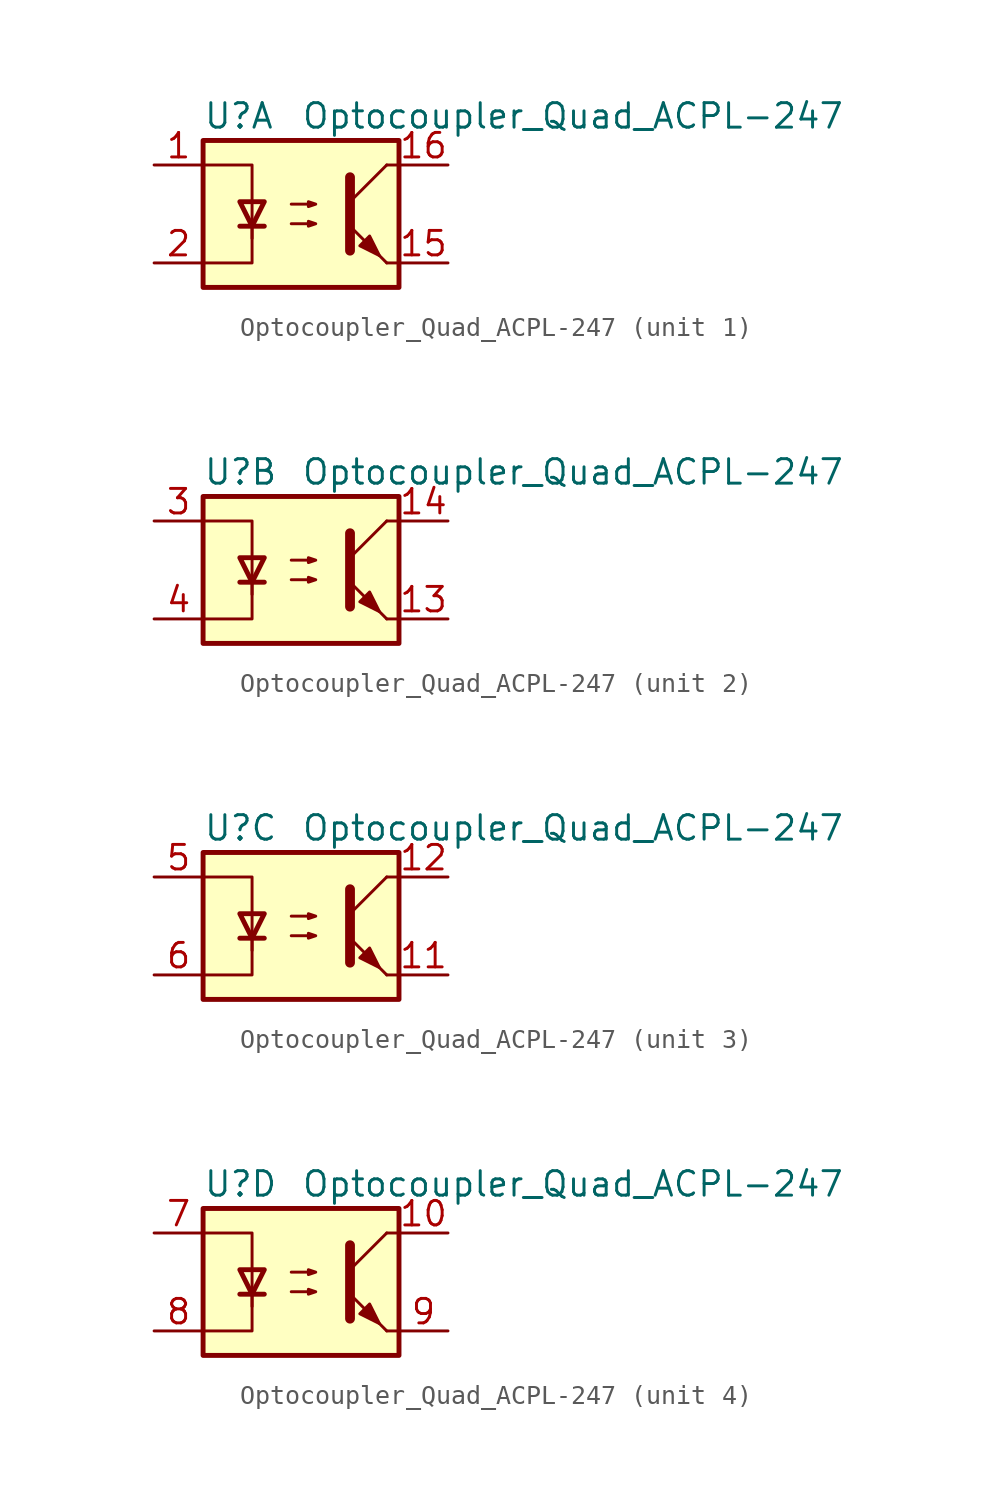
<source format=kicad_sym>
(kicad_symbol_lib
  (version 20211014)
  (generator kicad_symbol_editor)
  (symbol "Optocoupler_Quad_ACPL-247"
    (pin_names
      (offset 1.016))
    (property "Reference" "U"
      (at -5.08 5.08 0)
      (effects (font (size 1.27 1.27)) (justify left)))
    (property "Value" "Optocoupler_Quad_ACPL-247"
      (at 0 5.08 0)
      (effects (font (size 1.27 1.27)) (justify left)))
    (symbol "Optocoupler_Quad_ACPL-247_0_1"
      (rectangle (start -5.08 3.81) (end 5.08 -3.81) (stroke (width 0.254) (type default) (color 0 0 0 0)) (fill (type background)))
      (polyline (pts (xy -3.175 -0.635) (xy -1.905 -0.635)) (stroke (width 0.254) (type default) (color 0 0 0 0)) (fill (type none)))
      (polyline (pts (xy 2.54 0.635) (xy 4.445 2.54)) (stroke (width 0) (type default) (color 0 0 0 0)) (fill (type none)))
      (polyline (pts (xy 4.445 -2.54) (xy 2.54 -0.635)) (stroke (width 0) (type default) (color 0 0 0 0)) (fill (type outline)))
      (polyline (pts (xy 4.445 -2.54) (xy 5.08 -2.54)) (stroke (width 0) (type default) (color 0 0 0 0)) (fill (type none)))
      (polyline (pts (xy 4.445 2.54) (xy 5.08 2.54)) (stroke (width 0) (type default) (color 0 0 0 0)) (fill (type none)))
      (polyline (pts (xy -2.54 -0.635) (xy -2.54 -2.54) (xy -5.08 -2.54)) (stroke (width 0) (type default) (color 0 0 0 0)) (fill (type none)))
      (polyline (pts (xy 2.54 1.905) (xy 2.54 -1.905) (xy 2.54 -1.905)) (stroke (width 0.508) (type default) (color 0 0 0 0)) (fill (type none)))
      (polyline (pts (xy -5.08 2.54) (xy -2.54 2.54) (xy -2.54 -1.27) (xy -2.54 0.635)) (stroke (width 0) (type default) (color 0 0 0 0)) (fill (type none)))
      (polyline (pts (xy -2.54 -0.635) (xy -3.175 0.635) (xy -1.905 0.635) (xy -2.54 -0.635)) (stroke (width 0.254) (type default) (color 0 0 0 0)) (fill (type none)))
      (polyline (pts (xy -0.508 -0.508) (xy 0.762 -0.508) (xy 0.381 -0.635) (xy 0.381 -0.381) (xy 0.762 -0.508)) (stroke (width 0) (type default) (color 0 0 0 0)) (fill (type none)))
      (polyline (pts (xy -0.508 0.508) (xy 0.762 0.508) (xy 0.381 0.381) (xy 0.381 0.635) (xy 0.762 0.508)) (stroke (width 0) (type default) (color 0 0 0 0)) (fill (type none)))
      (polyline (pts (xy 3.048 -1.651) (xy 3.556 -1.143) (xy 4.064 -2.159) (xy 3.048 -1.651) (xy 3.048 -1.651)) (stroke (width 0) (type default) (color 0 0 0 0)) (fill (type outline))))
    (symbol "Optocoupler_Quad_ACPL-247_1_1"
      (pin passive line (at -7.62 2.54 0) (length 2.54) (name "~" (effects (font (size 1.27 1.27)))) (number "1" (effects (font (size 1.27 1.27)))))
      (pin passive line (at 7.62 -2.54 180) (length 2.54) (name "~" (effects (font (size 1.27 1.27)))) (number "15" (effects (font (size 1.27 1.27)))))
      (pin passive line (at 7.62 2.54 180) (length 2.54) (name "~" (effects (font (size 1.27 1.27)))) (number "16" (effects (font (size 1.27 1.27)))))
      (pin passive line (at -7.62 -2.54 0) (length 2.54) (name "~" (effects (font (size 1.27 1.27)))) (number "2" (effects (font (size 1.27 1.27))))))
    (symbol "Optocoupler_Quad_ACPL-247_2_1"
      (pin passive line (at 7.62 -2.54 180) (length 2.54) (name "~" (effects (font (size 1.27 1.27)))) (number "13" (effects (font (size 1.27 1.27)))))
      (pin passive line (at 7.62 2.54 180) (length 2.54) (name "~" (effects (font (size 1.27 1.27)))) (number "14" (effects (font (size 1.27 1.27)))))
      (pin passive line (at -7.62 2.54 0) (length 2.54) (name "~" (effects (font (size 1.27 1.27)))) (number "3" (effects (font (size 1.27 1.27)))))
      (pin passive line (at -7.62 -2.54 0) (length 2.54) (name "~" (effects (font (size 1.27 1.27)))) (number "4" (effects (font (size 1.27 1.27))))))
    (symbol "Optocoupler_Quad_ACPL-247_3_1"
      (pin passive line (at 7.62 -2.54 180) (length 2.54) (name "~" (effects (font (size 1.27 1.27)))) (number "11" (effects (font (size 1.27 1.27)))))
      (pin passive line (at 7.62 2.54 180) (length 2.54) (name "~" (effects (font (size 1.27 1.27)))) (number "12" (effects (font (size 1.27 1.27)))))
      (pin passive line (at -7.62 2.54 0) (length 2.54) (name "~" (effects (font (size 1.27 1.27)))) (number "5" (effects (font (size 1.27 1.27)))))
      (pin passive line (at -7.62 -2.54 0) (length 2.54) (name "~" (effects (font (size 1.27 1.27)))) (number "6" (effects (font (size 1.27 1.27))))))
    (symbol "Optocoupler_Quad_ACPL-247_4_1"
      (pin passive line (at 7.62 2.54 180) (length 2.54) (name "~" (effects (font (size 1.27 1.27)))) (number "10" (effects (font (size 1.27 1.27)))))
      (pin passive line (at -7.62 2.54 0) (length 2.54) (name "~" (effects (font (size 1.27 1.27)))) (number "7" (effects (font (size 1.27 1.27)))))
      (pin passive line (at -7.62 -2.54 0) (length 2.54) (name "~" (effects (font (size 1.27 1.27)))) (number "8" (effects (font (size 1.27 1.27)))))
      (pin passive line (at 7.62 -2.54 180) (length 2.54) (name "~" (effects (font (size 1.27 1.27)))) (number "9" (effects (font (size 1.27 1.27))))))))
</source>
